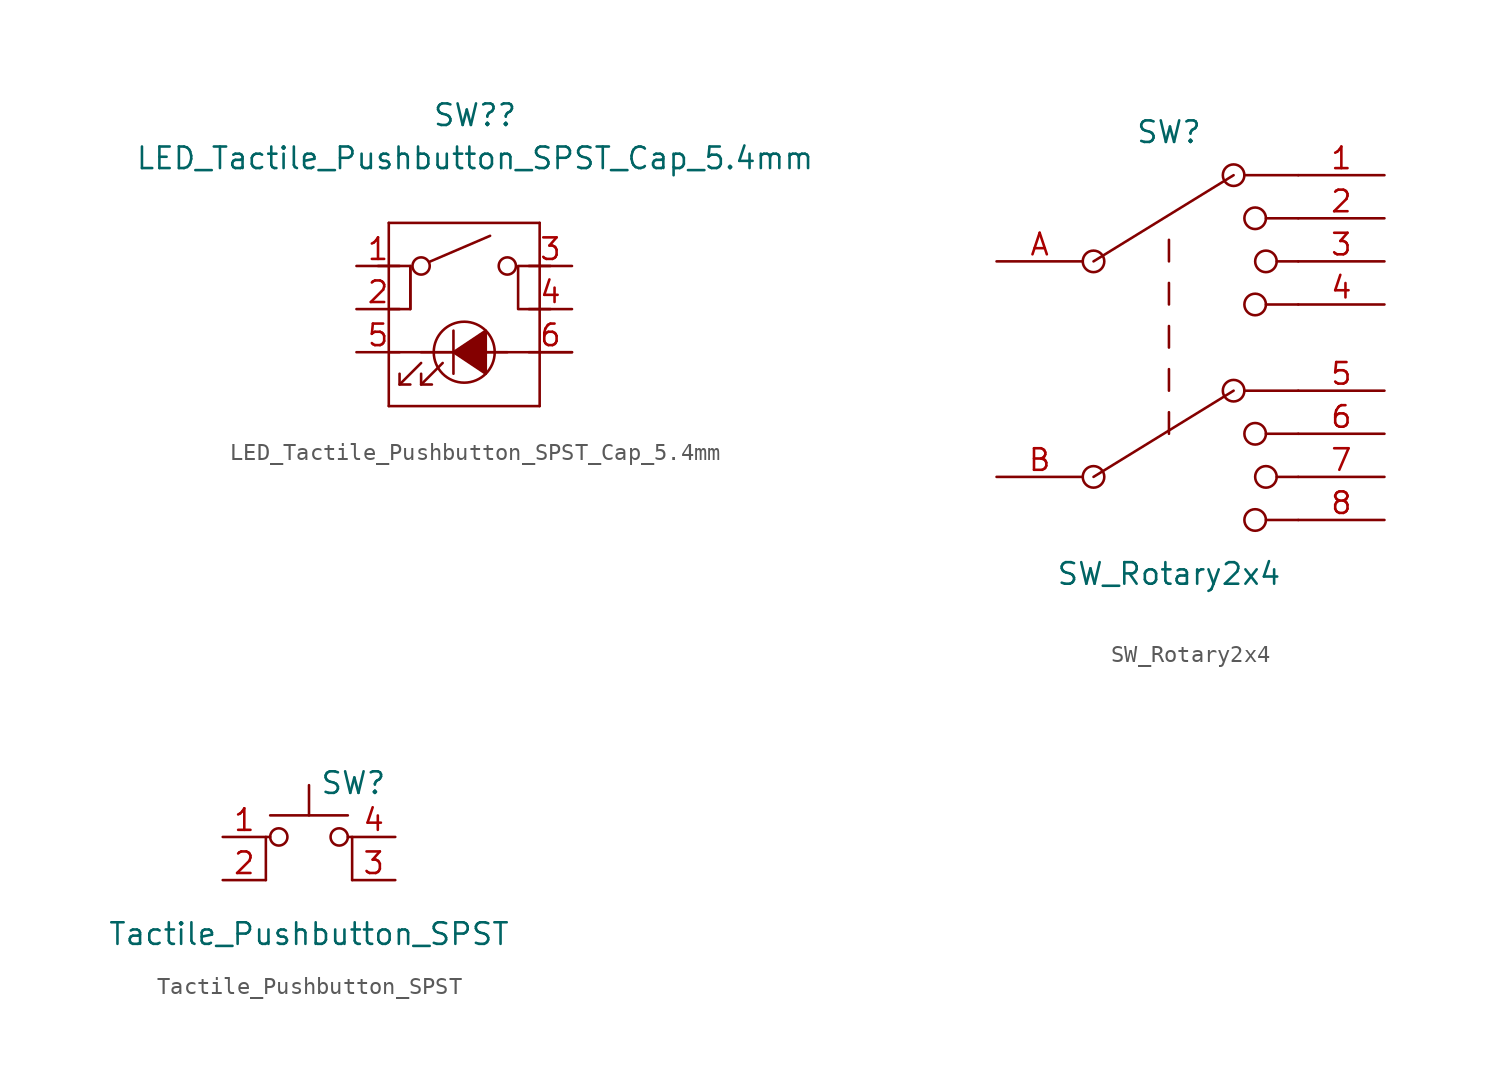
<source format=kicad_sym>
(kicad_symbol_lib
  (version 20231120)
  (generator "kicad_symbol_editor")
  (generator_version "8.0")
  (symbol "LED_Tactile_Pushbutton_SPST_Cap_5.4mm"
    (pin_names hide)
    (property "Reference" "SW?"
      (at 0.635 13.97 0)
      (effects (font (size 1.27 1.27))))
    (property "Value" "LED_Tactile_Pushbutton_SPST_Cap_5.4mm"
      (at 0.635 11.43 0)
      (effects (font (size 1.27 1.27))))
    (symbol "LED_Tactile_Pushbutton_SPST_Cap_5.4mm_0_0"
      (polyline (pts (xy -3.81 -1.905) (xy -2.54 -0.635)) (stroke (width 0) (type default)) (fill (type none)))
      (polyline (pts (xy -2.54 -1.905) (xy -1.27 -0.635)) (stroke (width 0) (type default)) (fill (type none)))
      (polyline (pts (xy -2.54 0) (xy 2.54 0)) (stroke (width 0) (type default)) (fill (type none)))
      (polyline (pts (xy -0.635 1.27) (xy -0.635 -1.27)) (stroke (width 0) (type default)) (fill (type none)))
      (polyline (pts (xy -3.81 -1.27) (xy -3.81 -1.905) (xy -3.175 -1.905)) (stroke (width 0) (type default)) (fill (type none)))
      (polyline (pts (xy -2.54 -1.27) (xy -2.54 -1.905) (xy -1.905 -1.905)) (stroke (width 0) (type default)) (fill (type none)))
      (polyline (pts (xy -0.635 0) (xy 1.27 1.27) (xy 1.27 -1.27) (xy -0.635 0)) (stroke (width 0) (type default)) (fill (type outline))))
    (symbol "LED_Tactile_Pushbutton_SPST_Cap_5.4mm_0_1"
      (rectangle (start -4.445 -3.175) (end 4.445 -3.175) (stroke (width 0) (type default)) (fill (type none)))
      (rectangle (start -4.445 7.62) (end -4.445 -3.175) (stroke (width 0) (type default)) (fill (type none)))
      (rectangle (start -4.445 7.62) (end 4.445 7.62) (stroke (width 0) (type default)) (fill (type none)))
      (circle (center -2.54 5.08) (radius 0.508) (stroke (width 0) (type default)) (fill (type none)))
      (polyline (pts (xy -4.445 0) (xy 6.35 0)) (stroke (width 0) (type default)) (fill (type none)))
      (polyline (pts (xy -3.175 2.54) (xy -3.175 5.08)) (stroke (width 0) (type default)) (fill (type none)))
      (polyline (pts (xy -2.032 5.334) (xy 1.524 6.858)) (stroke (width 0) (type default)) (fill (type none)))
      (polyline (pts (xy -4.445 2.54) (xy -3.175 2.54) (xy -3.175 5.08) (xy -5.08 5.08)) (stroke (width 0) (type default)) (fill (type none)))
      (polyline (pts (xy 5.08 2.54) (xy 3.175 2.54) (xy 3.175 5.08) (xy 5.08 5.08)) (stroke (width 0) (type default)) (fill (type none)))
      (circle (center 0 0) (radius 1.796) (stroke (width 0) (type default)) (fill (type none)))
      (circle (center 2.54 5.08) (radius 0.508) (stroke (width 0) (type default)) (fill (type none)))
      (rectangle (start 4.445 7.62) (end 4.445 -3.175) (stroke (width 0) (type default)) (fill (type none)))
      (pin passive line (at -6.35 5.08 0) (length 2.54) (name "1" (effects (font (size 1.27 1.27)))) (number "1" (effects (font (size 1.27 1.27)))))
      (pin passive line (at -6.35 2.54 0) (length 2.54) (name "2" (effects (font (size 1.27 1.27)))) (number "2" (effects (font (size 1.27 1.27)))))
      (pin passive line (at 6.35 5.08 180) (length 2.54) (name "3" (effects (font (size 1.27 1.27)))) (number "3" (effects (font (size 1.27 1.27)))))
      (pin passive line (at 6.35 2.54 180) (length 2.54) (name "4" (effects (font (size 1.27 1.27)))) (number "4" (effects (font (size 1.27 1.27)))))
      (pin passive line (at -6.35 0 0) (length 2.54) (name "K" (effects (font (size 1.27 1.27)))) (number "5" (effects (font (size 1.27 1.27)))))
      (pin passive line (at 6.35 0 180) (length 2.54) (name "A" (effects (font (size 1.27 1.27)))) (number "6" (effects (font (size 1.27 1.27)))))))
  (symbol "SW_Rotary2x4"
    (pin_names
      (offset 1.016) hide)
    (property "Reference" "SW"
      (at 0 12.7 0)
      (effects (font (size 1.27 1.27))))
    (property "Value" "SW_Rotary2x4"
      (at 0 -13.335 0)
      (effects (font (size 1.27 1.27))))
    (symbol "SW_Rotary2x4_0_0"
      (circle (center -4.445 -7.62) (radius 0.635) (stroke (width 0) (type default)) (fill (type none)))
      (circle (center -4.445 5.08) (radius 0.635) (stroke (width 0) (type default)) (fill (type none)))
      (polyline (pts (xy -4.445 -7.62) (xy 3.81 -2.54)) (stroke (width 0) (type default)) (fill (type none)))
      (polyline (pts (xy -4.445 5.08) (xy 3.81 10.16)) (stroke (width 0) (type default)) (fill (type none)))
      (polyline (pts (xy 0 -5.08) (xy 0 -3.81)) (stroke (width 0) (type default)) (fill (type none)))
      (polyline (pts (xy 0 -2.54) (xy 0 -1.27)) (stroke (width 0) (type default)) (fill (type none)))
      (polyline (pts (xy 0 0) (xy 0 1.27)) (stroke (width 0) (type default)) (fill (type none)))
      (polyline (pts (xy 0 2.54) (xy 0 3.81)) (stroke (width 0) (type default)) (fill (type none)))
      (polyline (pts (xy 0 5.08) (xy 0 6.35)) (stroke (width 0) (type default)) (fill (type none)))
      (polyline (pts (xy 4.445 -2.54) (xy 7.62 -2.54)) (stroke (width 0) (type default)) (fill (type none)))
      (polyline (pts (xy 4.445 10.16) (xy 7.62 10.16)) (stroke (width 0) (type default)) (fill (type none)))
      (polyline (pts (xy 5.715 -10.16) (xy 7.62 -10.16)) (stroke (width 0) (type default)) (fill (type none)))
      (polyline (pts (xy 5.715 -5.08) (xy 7.62 -5.08)) (stroke (width 0) (type default)) (fill (type none)))
      (polyline (pts (xy 5.715 2.54) (xy 7.62 2.54)) (stroke (width 0) (type default)) (fill (type none)))
      (polyline (pts (xy 5.715 7.62) (xy 7.62 7.62)) (stroke (width 0) (type default)) (fill (type none)))
      (polyline (pts (xy 6.35 -7.62) (xy 7.62 -7.62)) (stroke (width 0) (type default)) (fill (type none)))
      (polyline (pts (xy 6.35 5.08) (xy 7.62 5.08)) (stroke (width 0) (type default)) (fill (type none)))
      (circle (center 3.81 -2.54) (radius 0.635) (stroke (width 0) (type default)) (fill (type none)))
      (circle (center 3.81 10.16) (radius 0.635) (stroke (width 0) (type default)) (fill (type none)))
      (circle (center 5.08 -10.16) (radius 0.635) (stroke (width 0) (type default)) (fill (type none)))
      (circle (center 5.08 -5.08) (radius 0.635) (stroke (width 0) (type default)) (fill (type none)))
      (circle (center 5.08 2.54) (radius 0.635) (stroke (width 0) (type default)) (fill (type none)))
      (circle (center 5.08 7.62) (radius 0.635) (stroke (width 0) (type default)) (fill (type none)))
      (circle (center 5.715 -7.62) (radius 0.635) (stroke (width 0) (type default)) (fill (type none)))
      (circle (center 5.715 5.08) (radius 0.635) (stroke (width 0) (type default)) (fill (type none))))
    (symbol "SW_Rotary2x4_0_1"
      (pin passive line (at 12.7 10.16 180) (length 5.08) (name "1" (effects (font (size 1.27 1.27)))) (number "1" (effects (font (size 1.27 1.27)))))
      (pin passive line (at 12.7 7.62 180) (length 5.08) (name "2" (effects (font (size 1.27 1.27)))) (number "2" (effects (font (size 1.27 1.27)))))
      (pin passive line (at 12.7 5.08 180) (length 5.08) (name "3" (effects (font (size 1.27 1.27)))) (number "3" (effects (font (size 1.27 1.27)))))
      (pin passive line (at 12.7 2.54 180) (length 5.08) (name "4" (effects (font (size 1.27 1.27)))) (number "4" (effects (font (size 1.27 1.27)))))
      (pin passive line (at 12.7 -2.54 180) (length 5.08) (name "5" (effects (font (size 1.27 1.27)))) (number "5" (effects (font (size 1.27 1.27)))))
      (pin passive line (at 12.7 -5.08 180) (length 5.08) (name "6" (effects (font (size 1.27 1.27)))) (number "6" (effects (font (size 1.27 1.27)))))
      (pin passive line (at 12.7 -7.62 180) (length 5.08) (name "7" (effects (font (size 1.27 1.27)))) (number "7" (effects (font (size 1.27 1.27)))))
      (pin passive line (at 12.7 -10.16 180) (length 5.08) (name "8" (effects (font (size 1.27 1.27)))) (number "8" (effects (font (size 1.27 1.27))))))
    (symbol "SW_Rotary2x4_1_1"
      (pin passive line (at -10.16 5.08 0) (length 5.08) (name "A" (effects (font (size 1.27 1.27)))) (number "A" (effects (font (size 1.27 1.27)))))
      (pin passive line (at -10.16 -7.62 0) (length 5.08) (name "B" (effects (font (size 1.27 1.27)))) (number "B" (effects (font (size 1.27 1.27)))))))
  (symbol "Tactile_Pushbutton_SPST"
    (pin_names
      (offset 1.016) hide)
    (property "Reference" "SW"
      (at 0.635 5.715 0)
      (effects (font (size 1.27 1.27)) (justify left)))
    (property "Value" "Tactile_Pushbutton_SPST"
      (at 0 -3.175 0)
      (effects (font (size 1.27 1.27))))
    (symbol "Tactile_Pushbutton_SPST_0_1"
      (circle (center -1.778 2.54) (radius 0.508) (stroke (width 0) (type default)) (fill (type none)))
      (polyline (pts (xy -2.286 3.81) (xy 2.286 3.81)) (stroke (width 0) (type default)) (fill (type none)))
      (polyline (pts (xy 0 3.81) (xy 0 5.588)) (stroke (width 0) (type default)) (fill (type none)))
      (polyline (pts (xy -2.54 0) (xy -2.54 2.54) (xy -2.286 2.54)) (stroke (width 0) (type default)) (fill (type none)))
      (polyline (pts (xy 2.54 0) (xy 2.54 2.54) (xy 2.286 2.54)) (stroke (width 0) (type default)) (fill (type none)))
      (circle (center 1.778 2.54) (radius 0.508) (stroke (width 0) (type default)) (fill (type none)))
      (pin passive line (at -5.08 2.54 0) (length 2.54) (name "1" (effects (font (size 1.27 1.27)))) (number "1" (effects (font (size 1.27 1.27)))))
      (pin passive line (at -5.08 0 0) (length 2.54) (name "2" (effects (font (size 1.27 1.27)))) (number "2" (effects (font (size 1.27 1.27)))))
      (pin passive line (at 5.08 0 180) (length 2.54) (name "K" (effects (font (size 1.27 1.27)))) (number "3" (effects (font (size 1.27 1.27)))))
      (pin passive line (at 5.08 2.54 180) (length 2.54) (name "A" (effects (font (size 1.27 1.27)))) (number "4" (effects (font (size 1.27 1.27))))))))
</source>
